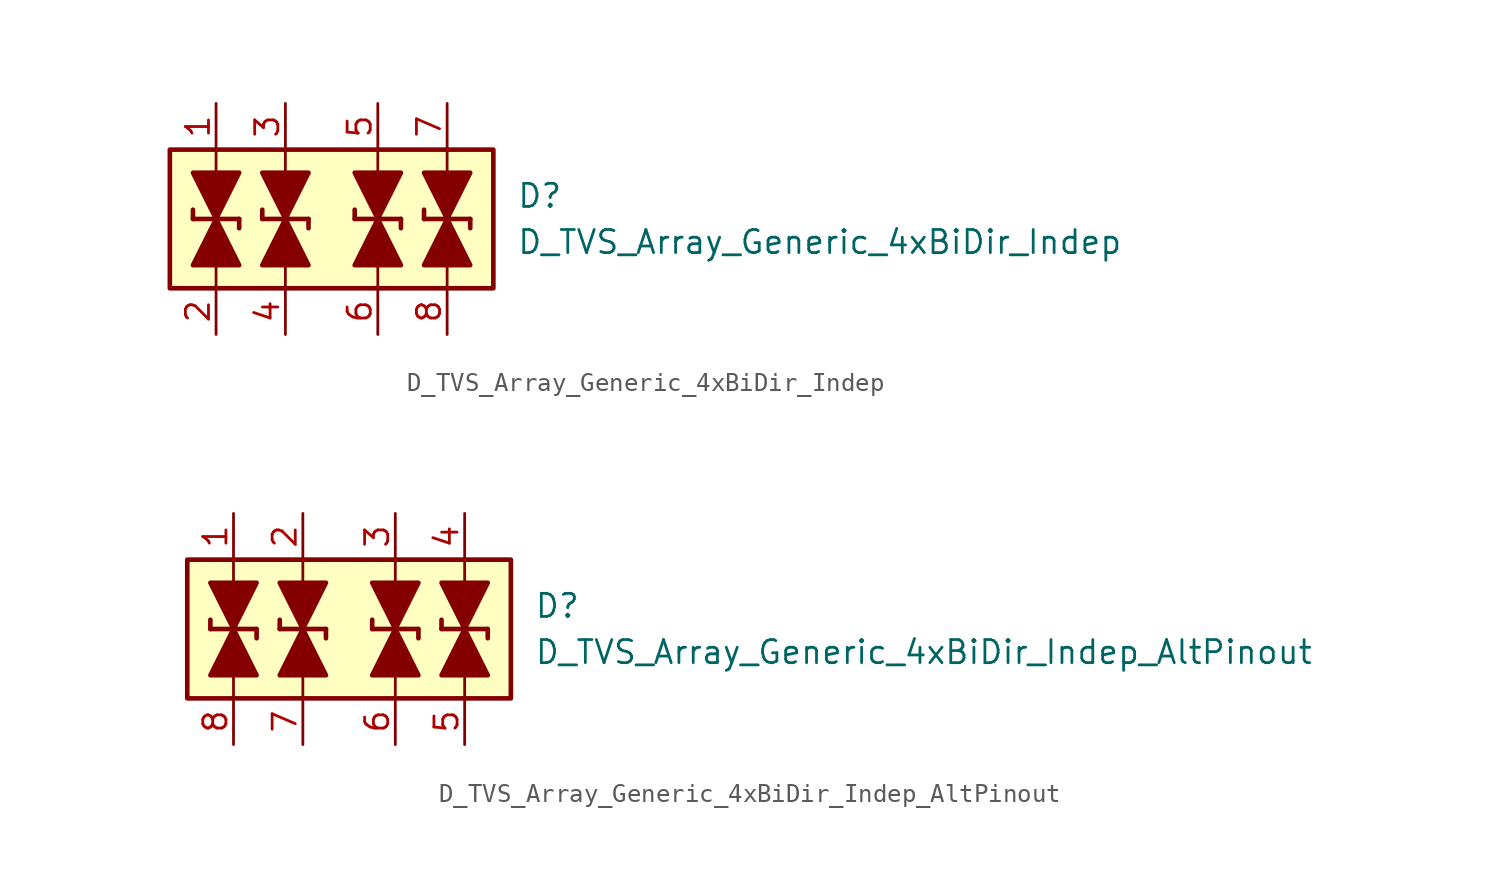
<source format=kicad_sym>
(kicad_symbol_lib
  (version 20211014)
  (generator kicad_symbol_editor)
  (symbol "D_TVS_Array_Generic_4xBiDir_Indep"
    (pin_names
      (offset 1.016) hide)
    (property "Reference" "D"
      (at 10.16 1.27 0)
      (effects (font (size 1.27 1.27)) (justify left)))
    (property "Value" "D_TVS_Array_Generic_4xBiDir_Indep"
      (at 10.16 -1.27 0)
      (effects (font (size 1.27 1.27)) (justify left)))
    (symbol "D_TVS_Array_Generic_4xBiDir_Indep_0_1"
      (polyline (pts (xy -6.35 -3.81) (xy -6.35 -1.27)) (stroke (width 0) (type default) (color 0 0 0 0)) (fill (type none)))
      (polyline (pts (xy -6.35 2.54) (xy -6.35 1.27)) (stroke (width 0) (type default) (color 0 0 0 0)) (fill (type none)))
      (polyline (pts (xy -6.35 2.54) (xy -6.35 3.81)) (stroke (width 0) (type default) (color 0 0 0 0)) (fill (type none)))
      (polyline (pts (xy -2.54 -3.81) (xy -2.54 -1.27)) (stroke (width 0) (type default) (color 0 0 0 0)) (fill (type none)))
      (polyline (pts (xy -2.54 2.54) (xy -2.54 1.27)) (stroke (width 0) (type default) (color 0 0 0 0)) (fill (type none)))
      (polyline (pts (xy -2.54 2.54) (xy -2.54 3.81)) (stroke (width 0) (type default) (color 0 0 0 0)) (fill (type none)))
      (polyline (pts (xy 2.54 -3.81) (xy 2.54 -1.27)) (stroke (width 0) (type default) (color 0 0 0 0)) (fill (type none)))
      (polyline (pts (xy 2.54 2.54) (xy 2.54 1.27)) (stroke (width 0) (type default) (color 0 0 0 0)) (fill (type none)))
      (polyline (pts (xy 2.54 2.54) (xy 2.54 3.81)) (stroke (width 0) (type default) (color 0 0 0 0)) (fill (type none)))
      (polyline (pts (xy 6.35 -3.81) (xy 6.35 -1.27)) (stroke (width 0) (type default) (color 0 0 0 0)) (fill (type none)))
      (polyline (pts (xy 6.35 2.54) (xy 6.35 1.27)) (stroke (width 0) (type default) (color 0 0 0 0)) (fill (type none)))
      (polyline (pts (xy 6.35 2.54) (xy 6.35 3.81)) (stroke (width 0) (type default) (color 0 0 0 0)) (fill (type none)))
      (rectangle (start 8.89 -3.81) (end -8.89 3.81) (stroke (width 0.254) (type default) (color 0 0 0 0)) (fill (type background))))
    (symbol "D_TVS_Array_Generic_4xBiDir_Indep_1_1"
      (polyline (pts (xy -7.62 0) (xy -7.62 0.508)) (stroke (width 0.254) (type default) (color 0 0 0 0)) (fill (type none)))
      (polyline (pts (xy -7.62 0) (xy -5.08 0)) (stroke (width 0.254) (type default) (color 0 0 0 0)) (fill (type none)))
      (polyline (pts (xy -6.35 1.27) (xy -6.35 -1.27)) (stroke (width 0) (type default) (color 0 0 0 0)) (fill (type none)))
      (polyline (pts (xy -5.08 0) (xy -5.08 -0.508)) (stroke (width 0.254) (type default) (color 0 0 0 0)) (fill (type none)))
      (polyline (pts (xy -3.81 0) (xy -3.81 0.508)) (stroke (width 0.254) (type default) (color 0 0 0 0)) (fill (type none)))
      (polyline (pts (xy -3.81 0) (xy -1.27 0)) (stroke (width 0.254) (type default) (color 0 0 0 0)) (fill (type none)))
      (polyline (pts (xy -2.54 1.27) (xy -2.54 -1.27)) (stroke (width 0) (type default) (color 0 0 0 0)) (fill (type none)))
      (polyline (pts (xy -1.27 0) (xy -1.27 -0.508)) (stroke (width 0.254) (type default) (color 0 0 0 0)) (fill (type none)))
      (polyline (pts (xy 1.27 0) (xy 1.27 0.508)) (stroke (width 0.254) (type default) (color 0 0 0 0)) (fill (type none)))
      (polyline (pts (xy 1.27 0) (xy 3.81 0)) (stroke (width 0.254) (type default) (color 0 0 0 0)) (fill (type none)))
      (polyline (pts (xy 2.54 1.27) (xy 2.54 -1.27)) (stroke (width 0) (type default) (color 0 0 0 0)) (fill (type none)))
      (polyline (pts (xy 3.81 0) (xy 3.81 -0.508)) (stroke (width 0.254) (type default) (color 0 0 0 0)) (fill (type none)))
      (polyline (pts (xy 5.08 0) (xy 5.08 0.508)) (stroke (width 0.254) (type default) (color 0 0 0 0)) (fill (type none)))
      (polyline (pts (xy 5.08 0) (xy 7.62 0)) (stroke (width 0.254) (type default) (color 0 0 0 0)) (fill (type none)))
      (polyline (pts (xy 6.35 1.27) (xy 6.35 -1.27)) (stroke (width 0) (type default) (color 0 0 0 0)) (fill (type none)))
      (polyline (pts (xy 7.62 0) (xy 7.62 -0.508)) (stroke (width 0.254) (type default) (color 0 0 0 0)) (fill (type none)))
      (polyline (pts (xy -7.62 2.54) (xy -5.08 2.54) (xy -6.35 0) (xy -7.62 2.54)) (stroke (width 0.254) (type default) (color 0 0 0 0)) (fill (type outline)))
      (polyline (pts (xy -6.35 0) (xy -7.62 -2.54) (xy -5.08 -2.54) (xy -6.35 0)) (stroke (width 0.254) (type default) (color 0 0 0 0)) (fill (type outline)))
      (polyline (pts (xy -3.81 2.54) (xy -1.27 2.54) (xy -2.54 0) (xy -3.81 2.54)) (stroke (width 0.254) (type default) (color 0 0 0 0)) (fill (type outline)))
      (polyline (pts (xy -2.54 0) (xy -3.81 -2.54) (xy -1.27 -2.54) (xy -2.54 0)) (stroke (width 0.254) (type default) (color 0 0 0 0)) (fill (type outline)))
      (polyline (pts (xy 1.27 2.54) (xy 3.81 2.54) (xy 2.54 0) (xy 1.27 2.54)) (stroke (width 0.254) (type default) (color 0 0 0 0)) (fill (type outline)))
      (polyline (pts (xy 2.54 0) (xy 1.27 -2.54) (xy 3.81 -2.54) (xy 2.54 0)) (stroke (width 0.254) (type default) (color 0 0 0 0)) (fill (type outline)))
      (polyline (pts (xy 5.08 2.54) (xy 7.62 2.54) (xy 6.35 0) (xy 5.08 2.54)) (stroke (width 0.254) (type default) (color 0 0 0 0)) (fill (type outline)))
      (polyline (pts (xy 6.35 0) (xy 5.08 -2.54) (xy 7.62 -2.54) (xy 6.35 0)) (stroke (width 0.254) (type default) (color 0 0 0 0)) (fill (type outline)))
      (pin passive line (at -6.35 6.35 270) (length 2.54) (name "1" (effects (font (size 1.27 1.27)))) (number "1" (effects (font (size 1.27 1.27)))))
      (pin passive line (at -6.35 -6.35 90) (length 2.54) (name "2" (effects (font (size 1.27 1.27)))) (number "2" (effects (font (size 1.27 1.27)))))
      (pin passive line (at -2.54 6.35 270) (length 2.54) (name "3" (effects (font (size 1.27 1.27)))) (number "3" (effects (font (size 1.27 1.27)))))
      (pin passive line (at -2.54 -6.35 90) (length 2.54) (name "4" (effects (font (size 1.27 1.27)))) (number "4" (effects (font (size 1.27 1.27)))))
      (pin passive line (at 2.54 6.35 270) (length 2.54) (name "5" (effects (font (size 1.27 1.27)))) (number "5" (effects (font (size 1.27 1.27)))))
      (pin passive line (at 2.54 -6.35 90) (length 2.54) (name "6" (effects (font (size 1.27 1.27)))) (number "6" (effects (font (size 1.27 1.27)))))
      (pin passive line (at 6.35 6.35 270) (length 2.54) (name "7" (effects (font (size 1.27 1.27)))) (number "7" (effects (font (size 1.27 1.27)))))
      (pin passive line (at 6.35 -6.35 90) (length 2.54) (name "8" (effects (font (size 1.27 1.27)))) (number "8" (effects (font (size 1.27 1.27)))))))
  (symbol "D_TVS_Array_Generic_4xBiDir_Indep_AltPinout"
    (pin_names
      (offset 1.016) hide)
    (property "Reference" "D"
      (at 10.16 1.27 0)
      (effects (font (size 1.27 1.27)) (justify left)))
    (property "Value" "D_TVS_Array_Generic_4xBiDir_Indep_AltPinout"
      (at 10.16 -1.27 0)
      (effects (font (size 1.27 1.27)) (justify left)))
    (symbol "D_TVS_Array_Generic_4xBiDir_Indep_AltPinout_0_1"
      (polyline (pts (xy -6.35 -3.81) (xy -6.35 -1.27)) (stroke (width 0) (type default) (color 0 0 0 0)) (fill (type none)))
      (polyline (pts (xy -6.35 2.54) (xy -6.35 1.27)) (stroke (width 0) (type default) (color 0 0 0 0)) (fill (type none)))
      (polyline (pts (xy -6.35 2.54) (xy -6.35 3.81)) (stroke (width 0) (type default) (color 0 0 0 0)) (fill (type none)))
      (polyline (pts (xy -2.54 -3.81) (xy -2.54 -1.27)) (stroke (width 0) (type default) (color 0 0 0 0)) (fill (type none)))
      (polyline (pts (xy -2.54 2.54) (xy -2.54 1.27)) (stroke (width 0) (type default) (color 0 0 0 0)) (fill (type none)))
      (polyline (pts (xy -2.54 2.54) (xy -2.54 3.81)) (stroke (width 0) (type default) (color 0 0 0 0)) (fill (type none)))
      (polyline (pts (xy 2.54 -3.81) (xy 2.54 -1.27)) (stroke (width 0) (type default) (color 0 0 0 0)) (fill (type none)))
      (polyline (pts (xy 2.54 2.54) (xy 2.54 1.27)) (stroke (width 0) (type default) (color 0 0 0 0)) (fill (type none)))
      (polyline (pts (xy 2.54 2.54) (xy 2.54 3.81)) (stroke (width 0) (type default) (color 0 0 0 0)) (fill (type none)))
      (polyline (pts (xy 6.35 -3.81) (xy 6.35 -1.27)) (stroke (width 0) (type default) (color 0 0 0 0)) (fill (type none)))
      (polyline (pts (xy 6.35 2.54) (xy 6.35 1.27)) (stroke (width 0) (type default) (color 0 0 0 0)) (fill (type none)))
      (polyline (pts (xy 6.35 2.54) (xy 6.35 3.81)) (stroke (width 0) (type default) (color 0 0 0 0)) (fill (type none)))
      (rectangle (start 8.89 -3.81) (end -8.89 3.81) (stroke (width 0.254) (type default) (color 0 0 0 0)) (fill (type background))))
    (symbol "D_TVS_Array_Generic_4xBiDir_Indep_AltPinout_1_1"
      (polyline (pts (xy -7.62 0) (xy -7.62 0.508)) (stroke (width 0.254) (type default) (color 0 0 0 0)) (fill (type none)))
      (polyline (pts (xy -7.62 0) (xy -5.08 0)) (stroke (width 0.254) (type default) (color 0 0 0 0)) (fill (type none)))
      (polyline (pts (xy -6.35 1.27) (xy -6.35 -1.27)) (stroke (width 0) (type default) (color 0 0 0 0)) (fill (type none)))
      (polyline (pts (xy -5.08 0) (xy -5.08 -0.508)) (stroke (width 0.254) (type default) (color 0 0 0 0)) (fill (type none)))
      (polyline (pts (xy -3.81 0) (xy -3.81 0.508)) (stroke (width 0.254) (type default) (color 0 0 0 0)) (fill (type none)))
      (polyline (pts (xy -3.81 0) (xy -1.27 0)) (stroke (width 0.254) (type default) (color 0 0 0 0)) (fill (type none)))
      (polyline (pts (xy -2.54 1.27) (xy -2.54 -1.27)) (stroke (width 0) (type default) (color 0 0 0 0)) (fill (type none)))
      (polyline (pts (xy -1.27 0) (xy -1.27 -0.508)) (stroke (width 0.254) (type default) (color 0 0 0 0)) (fill (type none)))
      (polyline (pts (xy 1.27 0) (xy 1.27 0.508)) (stroke (width 0.254) (type default) (color 0 0 0 0)) (fill (type none)))
      (polyline (pts (xy 1.27 0) (xy 3.81 0)) (stroke (width 0.254) (type default) (color 0 0 0 0)) (fill (type none)))
      (polyline (pts (xy 2.54 1.27) (xy 2.54 -1.27)) (stroke (width 0) (type default) (color 0 0 0 0)) (fill (type none)))
      (polyline (pts (xy 3.81 0) (xy 3.81 -0.508)) (stroke (width 0.254) (type default) (color 0 0 0 0)) (fill (type none)))
      (polyline (pts (xy 5.08 0) (xy 5.08 0.508)) (stroke (width 0.254) (type default) (color 0 0 0 0)) (fill (type none)))
      (polyline (pts (xy 5.08 0) (xy 7.62 0)) (stroke (width 0.254) (type default) (color 0 0 0 0)) (fill (type none)))
      (polyline (pts (xy 6.35 1.27) (xy 6.35 -1.27)) (stroke (width 0) (type default) (color 0 0 0 0)) (fill (type none)))
      (polyline (pts (xy 7.62 0) (xy 7.62 -0.508)) (stroke (width 0.254) (type default) (color 0 0 0 0)) (fill (type none)))
      (polyline (pts (xy -7.62 2.54) (xy -5.08 2.54) (xy -6.35 0) (xy -7.62 2.54)) (stroke (width 0.254) (type default) (color 0 0 0 0)) (fill (type outline)))
      (polyline (pts (xy -6.35 0) (xy -7.62 -2.54) (xy -5.08 -2.54) (xy -6.35 0)) (stroke (width 0.254) (type default) (color 0 0 0 0)) (fill (type outline)))
      (polyline (pts (xy -3.81 2.54) (xy -1.27 2.54) (xy -2.54 0) (xy -3.81 2.54)) (stroke (width 0.254) (type default) (color 0 0 0 0)) (fill (type outline)))
      (polyline (pts (xy -2.54 0) (xy -3.81 -2.54) (xy -1.27 -2.54) (xy -2.54 0)) (stroke (width 0.254) (type default) (color 0 0 0 0)) (fill (type outline)))
      (polyline (pts (xy 1.27 2.54) (xy 3.81 2.54) (xy 2.54 0) (xy 1.27 2.54)) (stroke (width 0.254) (type default) (color 0 0 0 0)) (fill (type outline)))
      (polyline (pts (xy 2.54 0) (xy 1.27 -2.54) (xy 3.81 -2.54) (xy 2.54 0)) (stroke (width 0.254) (type default) (color 0 0 0 0)) (fill (type outline)))
      (polyline (pts (xy 5.08 2.54) (xy 7.62 2.54) (xy 6.35 0) (xy 5.08 2.54)) (stroke (width 0.254) (type default) (color 0 0 0 0)) (fill (type outline)))
      (polyline (pts (xy 6.35 0) (xy 5.08 -2.54) (xy 7.62 -2.54) (xy 6.35 0)) (stroke (width 0.254) (type default) (color 0 0 0 0)) (fill (type outline)))
      (pin passive line (at -6.35 6.35 270) (length 2.54) (name "1" (effects (font (size 1.27 1.27)))) (number "1" (effects (font (size 1.27 1.27)))))
      (pin passive line (at -2.54 6.35 270) (length 2.54) (name "3" (effects (font (size 1.27 1.27)))) (number "2" (effects (font (size 1.27 1.27)))))
      (pin passive line (at 2.54 6.35 270) (length 2.54) (name "5" (effects (font (size 1.27 1.27)))) (number "3" (effects (font (size 1.27 1.27)))))
      (pin passive line (at 6.35 6.35 270) (length 2.54) (name "7" (effects (font (size 1.27 1.27)))) (number "4" (effects (font (size 1.27 1.27)))))
      (pin passive line (at 6.35 -6.35 90) (length 2.54) (name "8" (effects (font (size 1.27 1.27)))) (number "5" (effects (font (size 1.27 1.27)))))
      (pin passive line (at 2.54 -6.35 90) (length 2.54) (name "6" (effects (font (size 1.27 1.27)))) (number "6" (effects (font (size 1.27 1.27)))))
      (pin passive line (at -2.54 -6.35 90) (length 2.54) (name "4" (effects (font (size 1.27 1.27)))) (number "7" (effects (font (size 1.27 1.27)))))
      (pin passive line (at -6.35 -6.35 90) (length 2.54) (name "2" (effects (font (size 1.27 1.27)))) (number "8" (effects (font (size 1.27 1.27))))))))
</source>
